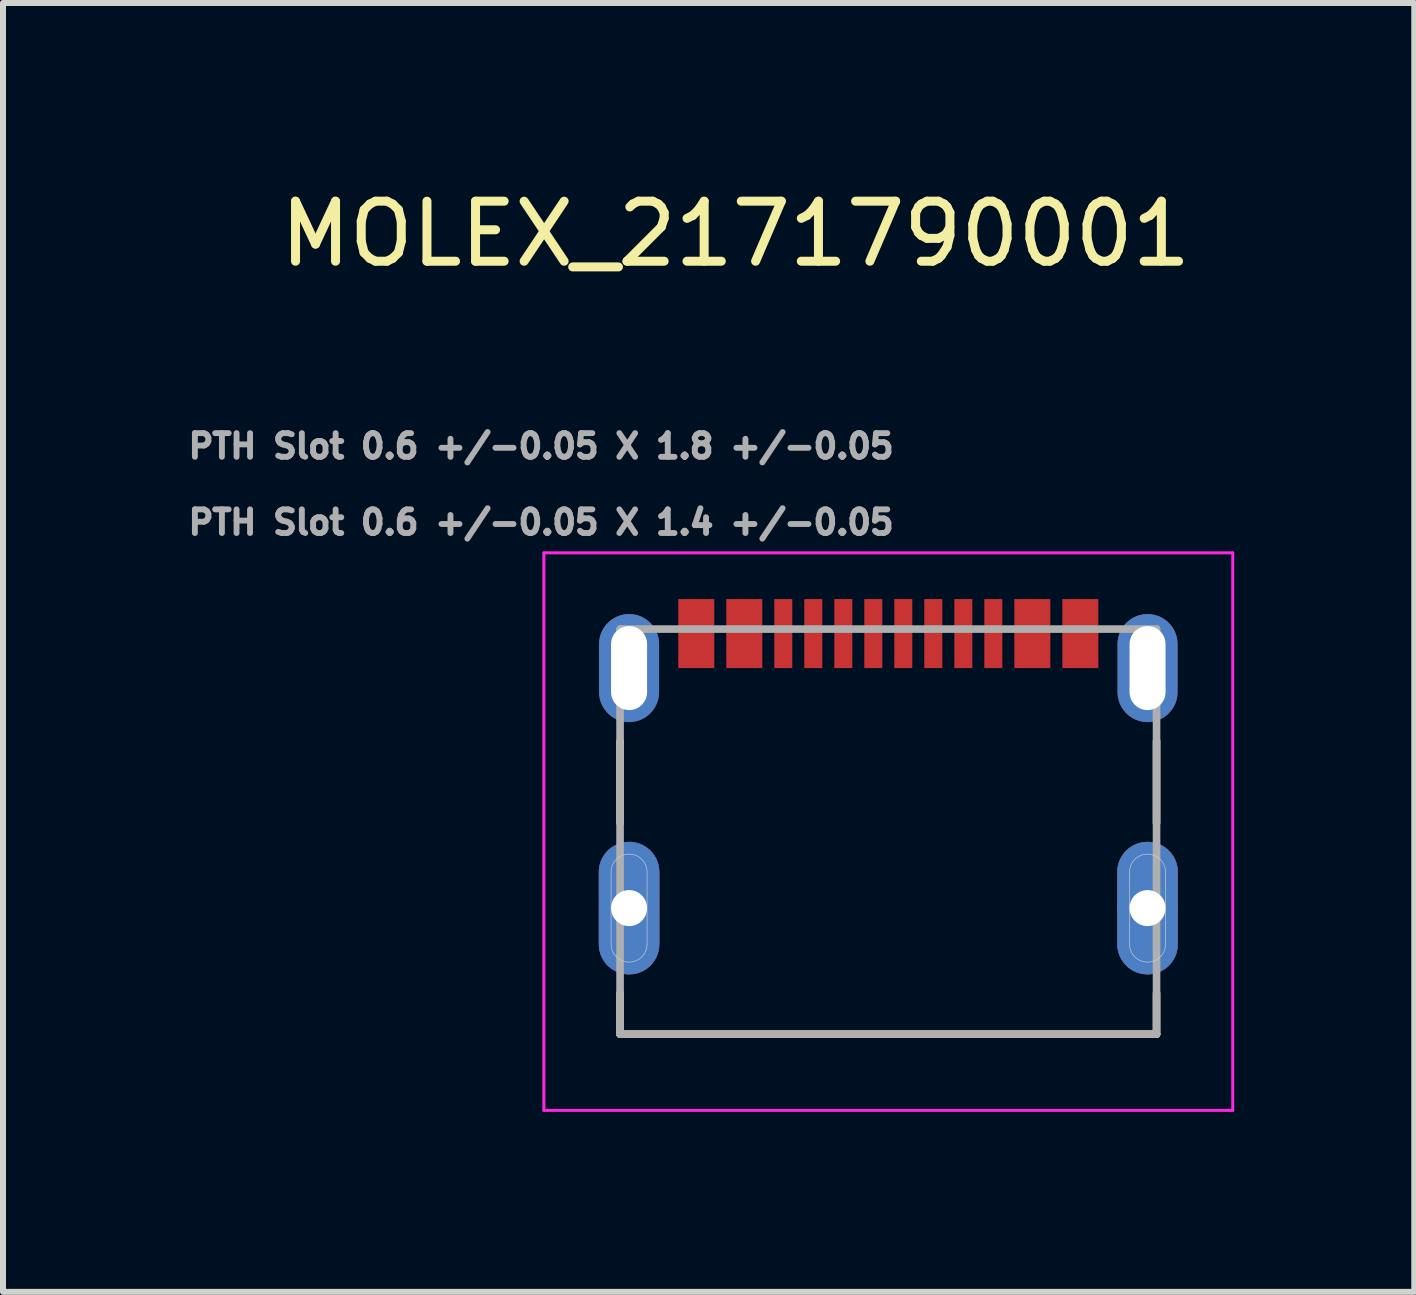
<source format=kicad_pcb>
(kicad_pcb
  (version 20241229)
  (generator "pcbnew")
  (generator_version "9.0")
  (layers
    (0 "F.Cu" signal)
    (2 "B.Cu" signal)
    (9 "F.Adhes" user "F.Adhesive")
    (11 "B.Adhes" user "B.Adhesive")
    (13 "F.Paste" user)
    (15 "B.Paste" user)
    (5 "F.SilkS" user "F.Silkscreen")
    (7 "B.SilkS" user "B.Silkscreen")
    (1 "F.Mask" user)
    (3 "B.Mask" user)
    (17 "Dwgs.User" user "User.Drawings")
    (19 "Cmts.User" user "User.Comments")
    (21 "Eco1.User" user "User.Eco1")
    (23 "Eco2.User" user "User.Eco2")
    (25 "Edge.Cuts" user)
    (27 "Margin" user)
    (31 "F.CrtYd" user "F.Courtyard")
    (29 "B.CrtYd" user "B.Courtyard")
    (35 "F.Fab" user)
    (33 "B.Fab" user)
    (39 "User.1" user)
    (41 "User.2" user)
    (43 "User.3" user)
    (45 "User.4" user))
  (footprint "MOLEX_2171790001"
    (layer "F.Cu")
    (at 11.753 10.808)
    (property "Reference" "MOLEX_2171790001" (at -2.545 -9.96 0) (layer "F.SilkS") (effects (font (size 1 1) (thickness 0.15))))
    (attr smd)
    (fp_poly (pts (xy -4.32 2.375) (xy -4.346 2.374) (xy -4.372 2.372) (xy -4.398 2.369) (xy -4.424 2.364) (xy -4.449 2.358) (xy -4.475 2.351) (xy -4.499 2.342) (xy -4.523 2.332) (xy -4.547 2.321) (xy -4.57 2.308) (xy -4.592 2.294) (xy -4.614 2.28) (xy -4.635 2.264) (xy -4.655 2.247) (xy -4.674 2.229) (xy -4.692 2.21) (xy -4.709 2.19) (xy -4.725 2.169) (xy -4.739 2.147) (xy -4.753 2.125) (xy -4.766 2.102) (xy -4.777 2.078) (xy -4.787 2.054) (xy -4.796 2.03) (xy -4.803 2.004) (xy -4.809 1.979) (xy -4.814 1.953) (xy -4.817 1.927) (xy -4.819 1.901) (xy -4.82 1.875) (xy -4.82 0.675) (xy -4.819 0.649) (xy -4.817 0.623) (xy -4.814 0.597) (xy -4.809 0.571) (xy -4.803 0.546) (xy -4.796 0.52) (xy -4.787 0.496) (xy -4.777 0.472) (xy -4.766 0.448) (xy -4.753 0.425) (xy -4.739 0.403) (xy -4.725 0.381) (xy -4.709 0.36) (xy -4.692 0.34) (xy -4.674 0.321) (xy -4.655 0.303) (xy -4.635 0.286) (xy -4.614 0.27) (xy -4.592 0.256) (xy -4.57 0.242) (xy -4.547 0.229) (xy -4.523 0.218) (xy -4.499 0.208) (xy -4.475 0.199) (xy -4.449 0.192) (xy -4.424 0.186) (xy -4.398 0.181) (xy -4.372 0.178) (xy -4.346 0.176) (xy -4.32 0.175) (xy -4.294 0.176) (xy -4.268 0.178) (xy -4.242 0.181) (xy -4.216 0.186) (xy -4.191 0.192) (xy -4.165 0.199) (xy -4.141 0.208) (xy -4.117 0.218) (xy -4.093 0.229) (xy -4.07 0.242) (xy -4.048 0.256) (xy -4.026 0.27) (xy -4.005 0.286) (xy -3.985 0.303) (xy -3.966 0.321) (xy -3.948 0.34) (xy -3.931 0.36) (xy -3.915 0.381) (xy -3.901 0.403) (xy -3.887 0.425) (xy -3.874 0.448) (xy -3.863 0.472) (xy -3.853 0.496) (xy -3.844 0.52) (xy -3.837 0.546) (xy -3.831 0.571) (xy -3.826 0.597) (xy -3.823 0.623) (xy -3.821 0.649) (xy -3.82 0.675) (xy -3.82 1.875) (xy -3.821 1.901) (xy -3.823 1.927) (xy -3.826 1.953) (xy -3.831 1.979) (xy -3.837 2.004) (xy -3.844 2.03) (xy -3.853 2.054) (xy -3.863 2.078) (xy -3.874 2.102) (xy -3.887 2.125) (xy -3.901 2.147) (xy -3.915 2.169) (xy -3.931 2.19) (xy -3.948 2.21) (xy -3.966 2.229) (xy -3.985 2.247) (xy -4.005 2.264) (xy -4.026 2.28) (xy -4.048 2.294) (xy -4.07 2.308) (xy -4.093 2.321) (xy -4.117 2.332) (xy -4.141 2.342) (xy -4.165 2.351) (xy -4.191 2.358) (xy -4.216 2.364) (xy -4.242 2.369) (xy -4.268 2.372) (xy -4.294 2.374) (xy -4.32 2.375)) (stroke (width 0.01) (type solid)) (fill yes) (layer "F.Cu"))
    (fp_poly (pts (xy 4.32 2.375) (xy 4.294 2.374) (xy 4.268 2.372) (xy 4.242 2.369) (xy 4.216 2.364) (xy 4.191 2.358) (xy 4.165 2.351) (xy 4.141 2.342) (xy 4.117 2.332) (xy 4.093 2.321) (xy 4.07 2.308) (xy 4.048 2.294) (xy 4.026 2.28) (xy 4.005 2.264) (xy 3.985 2.247) (xy 3.966 2.229) (xy 3.948 2.21) (xy 3.931 2.19) (xy 3.915 2.169) (xy 3.901 2.147) (xy 3.887 2.125) (xy 3.874 2.102) (xy 3.863 2.078) (xy 3.853 2.054) (xy 3.844 2.03) (xy 3.837 2.004) (xy 3.831 1.979) (xy 3.826 1.953) (xy 3.823 1.927) (xy 3.821 1.901) (xy 3.82 1.875) (xy 3.82 0.675) (xy 3.821 0.649) (xy 3.823 0.623) (xy 3.826 0.597) (xy 3.831 0.571) (xy 3.837 0.546) (xy 3.844 0.52) (xy 3.853 0.496) (xy 3.863 0.472) (xy 3.874 0.448) (xy 3.887 0.425) (xy 3.901 0.403) (xy 3.915 0.381) (xy 3.931 0.36) (xy 3.948 0.34) (xy 3.966 0.321) (xy 3.985 0.303) (xy 4.005 0.286) (xy 4.026 0.27) (xy 4.048 0.256) (xy 4.07 0.242) (xy 4.093 0.229) (xy 4.117 0.218) (xy 4.141 0.208) (xy 4.165 0.199) (xy 4.191 0.192) (xy 4.216 0.186) (xy 4.242 0.181) (xy 4.268 0.178) (xy 4.294 0.176) (xy 4.32 0.175) (xy 4.346 0.176) (xy 4.372 0.178) (xy 4.398 0.181) (xy 4.424 0.186) (xy 4.449 0.192) (xy 4.475 0.199) (xy 4.499 0.208) (xy 4.523 0.218) (xy 4.547 0.229) (xy 4.57 0.242) (xy 4.592 0.256) (xy 4.614 0.27) (xy 4.635 0.286) (xy 4.655 0.303) (xy 4.674 0.321) (xy 4.692 0.34) (xy 4.709 0.36) (xy 4.725 0.381) (xy 4.739 0.403) (xy 4.753 0.425) (xy 4.766 0.448) (xy 4.777 0.472) (xy 4.787 0.496) (xy 4.796 0.52) (xy 4.803 0.546) (xy 4.809 0.571) (xy 4.814 0.597) (xy 4.817 0.623) (xy 4.819 0.649) (xy 4.82 0.675) (xy 4.82 1.875) (xy 4.819 1.901) (xy 4.817 1.927) (xy 4.814 1.953) (xy 4.809 1.979) (xy 4.803 2.004) (xy 4.796 2.03) (xy 4.787 2.054) (xy 4.777 2.078) (xy 4.766 2.102) (xy 4.753 2.125) (xy 4.739 2.147) (xy 4.725 2.169) (xy 4.709 2.19) (xy 4.692 2.21) (xy 4.674 2.229) (xy 4.655 2.247) (xy 4.635 2.264) (xy 4.614 2.28) (xy 4.592 2.294) (xy 4.57 2.308) (xy 4.547 2.321) (xy 4.523 2.332) (xy 4.499 2.342) (xy 4.475 2.351) (xy 4.449 2.358) (xy 4.424 2.364) (xy 4.398 2.369) (xy 4.372 2.372) (xy 4.346 2.374) (xy 4.32 2.375)) (stroke (width 0.01) (type solid)) (fill yes) (layer "F.Cu"))
    (fp_poly (pts (xy -3.536 -3.911) (xy -2.864 -3.911) (xy -2.864 -2.689) (xy -3.536 -2.689)) (stroke (width 0.01) (type solid)) (fill yes) (layer "F.Mask"))
    (fp_poly (pts (xy -2.736 -3.911) (xy -2.064 -3.911) (xy -2.064 -2.689) (xy -2.736 -2.689)) (stroke (width 0.01) (type solid)) (fill yes) (layer "F.Mask"))
    (fp_poly (pts (xy -1.936 -3.911) (xy -1.564 -3.911) (xy -1.564 -2.689) (xy -1.936 -2.689)) (stroke (width 0.01) (type solid)) (fill yes) (layer "F.Mask"))
    (fp_poly (pts (xy -1.436 -3.911) (xy -1.064 -3.911) (xy -1.064 -2.689) (xy -1.436 -2.689)) (stroke (width 0.01) (type solid)) (fill yes) (layer "F.Mask"))
    (fp_poly (pts (xy -0.936 -3.911) (xy -0.564 -3.911) (xy -0.564 -2.689) (xy -0.936 -2.689)) (stroke (width 0.01) (type solid)) (fill yes) (layer "F.Mask"))
    (fp_poly (pts (xy -0.436 -3.911) (xy -0.064 -3.911) (xy -0.064 -2.689) (xy -0.436 -2.689)) (stroke (width 0.01) (type solid)) (fill yes) (layer "F.Mask"))
    (fp_poly (pts (xy 0.064 -3.911) (xy 0.436 -3.911) (xy 0.436 -2.689) (xy 0.064 -2.689)) (stroke (width 0.01) (type solid)) (fill yes) (layer "F.Mask"))
    (fp_poly (pts (xy 0.564 -3.911) (xy 0.936 -3.911) (xy 0.936 -2.689) (xy 0.564 -2.689)) (stroke (width 0.01) (type solid)) (fill yes) (layer "F.Mask"))
    (fp_poly (pts (xy 1.064 -3.911) (xy 1.436 -3.911) (xy 1.436 -2.689) (xy 1.064 -2.689)) (stroke (width 0.01) (type solid)) (fill yes) (layer "F.Mask"))
    (fp_poly (pts (xy 1.564 -3.911) (xy 1.936 -3.911) (xy 1.936 -2.689) (xy 1.564 -2.689)) (stroke (width 0.01) (type solid)) (fill yes) (layer "F.Mask"))
    (fp_poly (pts (xy 2.064 -3.911) (xy 2.736 -3.911) (xy 2.736 -2.689) (xy 2.064 -2.689)) (stroke (width 0.01) (type solid)) (fill yes) (layer "F.Mask"))
    (fp_poly (pts (xy 2.864 -3.911) (xy 3.536 -3.911) (xy 3.536 -2.689) (xy 2.864 -2.689)) (stroke (width 0.01) (type solid)) (fill yes) (layer "F.Mask"))
    (fp_poly (pts (xy -4.896 0.675) (xy -4.896 1.875) (xy -4.895 1.905) (xy -4.893 1.935) (xy -4.889 1.965) (xy -4.884 1.995) (xy -4.877 2.024) (xy -4.868 2.053) (xy -4.858 2.081) (xy -4.846 2.109) (xy -4.833 2.137) (xy -4.819 2.163) (xy -4.803 2.189) (xy -4.786 2.214) (xy -4.768 2.238) (xy -4.748 2.261) (xy -4.727 2.282) (xy -4.706 2.303) (xy -4.683 2.323) (xy -4.659 2.341) (xy -4.634 2.358) (xy -4.608 2.374) (xy -4.582 2.388) (xy -4.554 2.401) (xy -4.526 2.413) (xy -4.498 2.423) (xy -4.469 2.432) (xy -4.44 2.439) (xy -4.41 2.444) (xy -4.38 2.448) (xy -4.35 2.45) (xy -4.32 2.451) (xy -4.29 2.45) (xy -4.26 2.448) (xy -4.23 2.444) (xy -4.2 2.439) (xy -4.171 2.432) (xy -4.142 2.423) (xy -4.114 2.413) (xy -4.086 2.401) (xy -4.058 2.388) (xy -4.032 2.374) (xy -4.006 2.358) (xy -3.981 2.341) (xy -3.957 2.323) (xy -3.934 2.303) (xy -3.913 2.282) (xy -3.892 2.261) (xy -3.872 2.238) (xy -3.854 2.214) (xy -3.837 2.189) (xy -3.821 2.163) (xy -3.807 2.137) (xy -3.794 2.109) (xy -3.782 2.081) (xy -3.772 2.053) (xy -3.763 2.024) (xy -3.756 1.995) (xy -3.751 1.965) (xy -3.747 1.935) (xy -3.745 1.905) (xy -3.744 1.875) (xy -3.744 0.675) (xy -3.745 0.645) (xy -3.747 0.615) (xy -3.751 0.585) (xy -3.756 0.555) (xy -3.763 0.526) (xy -3.772 0.497) (xy -3.782 0.469) (xy -3.794 0.441) (xy -3.807 0.413) (xy -3.821 0.387) (xy -3.837 0.361) (xy -3.854 0.336) (xy -3.872 0.312) (xy -3.892 0.289) (xy -3.913 0.268) (xy -3.934 0.247) (xy -3.957 0.227) (xy -3.981 0.209) (xy -4.006 0.192) (xy -4.032 0.176) (xy -4.058 0.162) (xy -4.086 0.149) (xy -4.114 0.137) (xy -4.142 0.127) (xy -4.171 0.118) (xy -4.2 0.111) (xy -4.23 0.106) (xy -4.26 0.102) (xy -4.29 0.1) (xy -4.32 0.099) (xy -4.35 0.1) (xy -4.38 0.102) (xy -4.41 0.106) (xy -4.44 0.111) (xy -4.469 0.118) (xy -4.498 0.127) (xy -4.526 0.137) (xy -4.554 0.149) (xy -4.582 0.162) (xy -4.608 0.176) (xy -4.634 0.192) (xy -4.659 0.209) (xy -4.683 0.227) (xy -4.706 0.247) (xy -4.727 0.268) (xy -4.748 0.289) (xy -4.768 0.312) (xy -4.786 0.336) (xy -4.803 0.361) (xy -4.819 0.387) (xy -4.833 0.413) (xy -4.846 0.441) (xy -4.858 0.469) (xy -4.868 0.497) (xy -4.877 0.526) (xy -4.884 0.555) (xy -4.889 0.585) (xy -4.893 0.615) (xy -4.895 0.645) (xy -4.896 0.675) (xy -4.896 0.675)) (stroke (width 0.01) (type solid)) (fill yes) (layer "F.Mask"))
    (fp_poly (pts (xy 3.744 0.675) (xy 3.744 1.875) (xy 3.745 1.905) (xy 3.747 1.935) (xy 3.751 1.965) (xy 3.756 1.995) (xy 3.763 2.024) (xy 3.772 2.053) (xy 3.782 2.081) (xy 3.794 2.109) (xy 3.807 2.137) (xy 3.821 2.163) (xy 3.837 2.189) (xy 3.854 2.214) (xy 3.872 2.238) (xy 3.892 2.261) (xy 3.913 2.282) (xy 3.934 2.303) (xy 3.957 2.323) (xy 3.981 2.341) (xy 4.006 2.358) (xy 4.032 2.374) (xy 4.058 2.388) (xy 4.086 2.401) (xy 4.114 2.413) (xy 4.142 2.423) (xy 4.171 2.432) (xy 4.2 2.439) (xy 4.23 2.444) (xy 4.26 2.448) (xy 4.29 2.45) (xy 4.32 2.451) (xy 4.35 2.45) (xy 4.38 2.448) (xy 4.41 2.444) (xy 4.44 2.439) (xy 4.469 2.432) (xy 4.498 2.423) (xy 4.526 2.413) (xy 4.554 2.401) (xy 4.582 2.388) (xy 4.608 2.374) (xy 4.634 2.358) (xy 4.659 2.341) (xy 4.683 2.323) (xy 4.706 2.303) (xy 4.727 2.282) (xy 4.748 2.261) (xy 4.768 2.238) (xy 4.786 2.214) (xy 4.803 2.189) (xy 4.819 2.163) (xy 4.833 2.137) (xy 4.846 2.109) (xy 4.858 2.081) (xy 4.868 2.053) (xy 4.877 2.024) (xy 4.884 1.995) (xy 4.889 1.965) (xy 4.893 1.935) (xy 4.895 1.905) (xy 4.896 1.875) (xy 4.896 0.675) (xy 4.895 0.645) (xy 4.893 0.615) (xy 4.889 0.585) (xy 4.884 0.555) (xy 4.877 0.526) (xy 4.868 0.497) (xy 4.858 0.469) (xy 4.846 0.441) (xy 4.833 0.413) (xy 4.819 0.387) (xy 4.803 0.361) (xy 4.786 0.336) (xy 4.768 0.312) (xy 4.748 0.289) (xy 4.727 0.268) (xy 4.706 0.247) (xy 4.683 0.227) (xy 4.659 0.209) (xy 4.634 0.192) (xy 4.608 0.176) (xy 4.582 0.162) (xy 4.554 0.149) (xy 4.526 0.137) (xy 4.498 0.127) (xy 4.469 0.118) (xy 4.44 0.111) (xy 4.41 0.106) (xy 4.38 0.102) (xy 4.35 0.1) (xy 4.32 0.099) (xy 4.29 0.1) (xy 4.26 0.102) (xy 4.23 0.106) (xy 4.2 0.111) (xy 4.171 0.118) (xy 4.142 0.127) (xy 4.114 0.137) (xy 4.086 0.149) (xy 4.058 0.162) (xy 4.032 0.176) (xy 4.006 0.192) (xy 3.981 0.209) (xy 3.957 0.227) (xy 3.934 0.247) (xy 3.913 0.268) (xy 3.892 0.289) (xy 3.872 0.312) (xy 3.854 0.336) (xy 3.837 0.361) (xy 3.821 0.387) (xy 3.807 0.413) (xy 3.794 0.441) (xy 3.782 0.469) (xy 3.772 0.497) (xy 3.763 0.526) (xy 3.756 0.555) (xy 3.751 0.585) (xy 3.747 0.615) (xy 3.745 0.645) (xy 3.744 0.675) (xy 3.744 0.675)) (stroke (width 0.01) (type solid)) (fill yes) (layer "F.Mask"))
    (fp_poly (pts (xy -4.32 2.375) (xy -4.346 2.374) (xy -4.372 2.372) (xy -4.398 2.369) (xy -4.424 2.364) (xy -4.449 2.358) (xy -4.475 2.351) (xy -4.499 2.342) (xy -4.523 2.332) (xy -4.547 2.321) (xy -4.57 2.308) (xy -4.592 2.294) (xy -4.614 2.28) (xy -4.635 2.264) (xy -4.655 2.247) (xy -4.674 2.229) (xy -4.692 2.21) (xy -4.709 2.19) (xy -4.725 2.169) (xy -4.739 2.147) (xy -4.753 2.125) (xy -4.766 2.102) (xy -4.777 2.078) (xy -4.787 2.054) (xy -4.796 2.03) (xy -4.803 2.004) (xy -4.809 1.979) (xy -4.814 1.953) (xy -4.817 1.927) (xy -4.819 1.901) (xy -4.82 1.875) (xy -4.82 0.675) (xy -4.819 0.649) (xy -4.817 0.623) (xy -4.814 0.597) (xy -4.809 0.571) (xy -4.803 0.546) (xy -4.796 0.52) (xy -4.787 0.496) (xy -4.777 0.472) (xy -4.766 0.448) (xy -4.753 0.425) (xy -4.739 0.403) (xy -4.725 0.381) (xy -4.709 0.36) (xy -4.692 0.34) (xy -4.674 0.321) (xy -4.655 0.303) (xy -4.635 0.286) (xy -4.614 0.27) (xy -4.592 0.256) (xy -4.57 0.242) (xy -4.547 0.229) (xy -4.523 0.218) (xy -4.499 0.208) (xy -4.475 0.199) (xy -4.449 0.192) (xy -4.424 0.186) (xy -4.398 0.181) (xy -4.372 0.178) (xy -4.346 0.176) (xy -4.32 0.175) (xy -4.294 0.176) (xy -4.268 0.178) (xy -4.242 0.181) (xy -4.216 0.186) (xy -4.191 0.192) (xy -4.165 0.199) (xy -4.141 0.208) (xy -4.117 0.218) (xy -4.093 0.229) (xy -4.07 0.242) (xy -4.048 0.256) (xy -4.026 0.27) (xy -4.005 0.286) (xy -3.985 0.303) (xy -3.966 0.321) (xy -3.948 0.34) (xy -3.931 0.36) (xy -3.915 0.381) (xy -3.901 0.403) (xy -3.887 0.425) (xy -3.874 0.448) (xy -3.863 0.472) (xy -3.853 0.496) (xy -3.844 0.52) (xy -3.837 0.546) (xy -3.831 0.571) (xy -3.826 0.597) (xy -3.823 0.623) (xy -3.821 0.649) (xy -3.82 0.675) (xy -3.82 1.875) (xy -3.821 1.901) (xy -3.823 1.927) (xy -3.826 1.953) (xy -3.831 1.979) (xy -3.837 2.004) (xy -3.844 2.03) (xy -3.853 2.054) (xy -3.863 2.078) (xy -3.874 2.102) (xy -3.887 2.125) (xy -3.901 2.147) (xy -3.915 2.169) (xy -3.931 2.19) (xy -3.948 2.21) (xy -3.966 2.229) (xy -3.985 2.247) (xy -4.005 2.264) (xy -4.026 2.28) (xy -4.048 2.294) (xy -4.07 2.308) (xy -4.093 2.321) (xy -4.117 2.332) (xy -4.141 2.342) (xy -4.165 2.351) (xy -4.191 2.358) (xy -4.216 2.364) (xy -4.242 2.369) (xy -4.268 2.372) (xy -4.294 2.374) (xy -4.32 2.375)) (stroke (width 0.01) (type solid)) (fill yes) (layer "B.Cu"))
    (fp_poly (pts (xy 4.32 2.375) (xy 4.294 2.374) (xy 4.268 2.372) (xy 4.242 2.369) (xy 4.216 2.364) (xy 4.191 2.358) (xy 4.165 2.351) (xy 4.141 2.342) (xy 4.117 2.332) (xy 4.093 2.321) (xy 4.07 2.308) (xy 4.048 2.294) (xy 4.026 2.28) (xy 4.005 2.264) (xy 3.985 2.247) (xy 3.966 2.229) (xy 3.948 2.21) (xy 3.931 2.19) (xy 3.915 2.169) (xy 3.901 2.147) (xy 3.887 2.125) (xy 3.874 2.102) (xy 3.863 2.078) (xy 3.853 2.054) (xy 3.844 2.03) (xy 3.837 2.004) (xy 3.831 1.979) (xy 3.826 1.953) (xy 3.823 1.927) (xy 3.821 1.901) (xy 3.82 1.875) (xy 3.82 0.675) (xy 3.821 0.649) (xy 3.823 0.623) (xy 3.826 0.597) (xy 3.831 0.571) (xy 3.837 0.546) (xy 3.844 0.52) (xy 3.853 0.496) (xy 3.863 0.472) (xy 3.874 0.448) (xy 3.887 0.425) (xy 3.901 0.403) (xy 3.915 0.381) (xy 3.931 0.36) (xy 3.948 0.34) (xy 3.966 0.321) (xy 3.985 0.303) (xy 4.005 0.286) (xy 4.026 0.27) (xy 4.048 0.256) (xy 4.07 0.242) (xy 4.093 0.229) (xy 4.117 0.218) (xy 4.141 0.208) (xy 4.165 0.199) (xy 4.191 0.192) (xy 4.216 0.186) (xy 4.242 0.181) (xy 4.268 0.178) (xy 4.294 0.176) (xy 4.32 0.175) (xy 4.346 0.176) (xy 4.372 0.178) (xy 4.398 0.181) (xy 4.424 0.186) (xy 4.449 0.192) (xy 4.475 0.199) (xy 4.499 0.208) (xy 4.523 0.218) (xy 4.547 0.229) (xy 4.57 0.242) (xy 4.592 0.256) (xy 4.614 0.27) (xy 4.635 0.286) (xy 4.655 0.303) (xy 4.674 0.321) (xy 4.692 0.34) (xy 4.709 0.36) (xy 4.725 0.381) (xy 4.739 0.403) (xy 4.753 0.425) (xy 4.766 0.448) (xy 4.777 0.472) (xy 4.787 0.496) (xy 4.796 0.52) (xy 4.803 0.546) (xy 4.809 0.571) (xy 4.814 0.597) (xy 4.817 0.623) (xy 4.819 0.649) (xy 4.82 0.675) (xy 4.82 1.875) (xy 4.819 1.901) (xy 4.817 1.927) (xy 4.814 1.953) (xy 4.809 1.979) (xy 4.803 2.004) (xy 4.796 2.03) (xy 4.787 2.054) (xy 4.777 2.078) (xy 4.766 2.102) (xy 4.753 2.125) (xy 4.739 2.147) (xy 4.725 2.169) (xy 4.709 2.19) (xy 4.692 2.21) (xy 4.674 2.229) (xy 4.655 2.247) (xy 4.635 2.264) (xy 4.614 2.28) (xy 4.592 2.294) (xy 4.57 2.308) (xy 4.547 2.321) (xy 4.523 2.332) (xy 4.499 2.342) (xy 4.475 2.351) (xy 4.449 2.358) (xy 4.424 2.364) (xy 4.398 2.369) (xy 4.372 2.372) (xy 4.346 2.374) (xy 4.32 2.375)) (stroke (width 0.01) (type solid)) (fill yes) (layer "B.Cu"))
    (fp_poly (pts (xy -4.896 0.675) (xy -4.896 1.875) (xy -4.895 1.905) (xy -4.893 1.935) (xy -4.889 1.965) (xy -4.884 1.995) (xy -4.877 2.024) (xy -4.868 2.053) (xy -4.858 2.081) (xy -4.846 2.109) (xy -4.833 2.137) (xy -4.819 2.163) (xy -4.803 2.189) (xy -4.786 2.214) (xy -4.768 2.238) (xy -4.748 2.261) (xy -4.727 2.282) (xy -4.706 2.303) (xy -4.683 2.323) (xy -4.659 2.341) (xy -4.634 2.358) (xy -4.608 2.374) (xy -4.582 2.388) (xy -4.554 2.401) (xy -4.526 2.413) (xy -4.498 2.423) (xy -4.469 2.432) (xy -4.44 2.439) (xy -4.41 2.444) (xy -4.38 2.448) (xy -4.35 2.45) (xy -4.32 2.451) (xy -4.29 2.45) (xy -4.26 2.448) (xy -4.23 2.444) (xy -4.2 2.439) (xy -4.171 2.432) (xy -4.142 2.423) (xy -4.114 2.413) (xy -4.086 2.401) (xy -4.058 2.388) (xy -4.032 2.374) (xy -4.006 2.358) (xy -3.981 2.341) (xy -3.957 2.323) (xy -3.934 2.303) (xy -3.913 2.282) (xy -3.892 2.261) (xy -3.872 2.238) (xy -3.854 2.214) (xy -3.837 2.189) (xy -3.821 2.163) (xy -3.807 2.137) (xy -3.794 2.109) (xy -3.782 2.081) (xy -3.772 2.053) (xy -3.763 2.024) (xy -3.756 1.995) (xy -3.751 1.965) (xy -3.747 1.935) (xy -3.745 1.905) (xy -3.744 1.875) (xy -3.744 0.675) (xy -3.745 0.645) (xy -3.747 0.615) (xy -3.751 0.585) (xy -3.756 0.555) (xy -3.763 0.526) (xy -3.772 0.497) (xy -3.782 0.469) (xy -3.794 0.441) (xy -3.807 0.413) (xy -3.821 0.387) (xy -3.837 0.361) (xy -3.854 0.336) (xy -3.872 0.312) (xy -3.892 0.289) (xy -3.913 0.268) (xy -3.934 0.247) (xy -3.957 0.227) (xy -3.981 0.209) (xy -4.006 0.192) (xy -4.032 0.176) (xy -4.058 0.162) (xy -4.086 0.149) (xy -4.114 0.137) (xy -4.142 0.127) (xy -4.171 0.118) (xy -4.2 0.111) (xy -4.23 0.106) (xy -4.26 0.102) (xy -4.29 0.1) (xy -4.32 0.099) (xy -4.35 0.1) (xy -4.38 0.102) (xy -4.41 0.106) (xy -4.44 0.111) (xy -4.469 0.118) (xy -4.498 0.127) (xy -4.526 0.137) (xy -4.554 0.149) (xy -4.582 0.162) (xy -4.608 0.176) (xy -4.634 0.192) (xy -4.659 0.209) (xy -4.683 0.227) (xy -4.706 0.247) (xy -4.727 0.268) (xy -4.748 0.289) (xy -4.768 0.312) (xy -4.786 0.336) (xy -4.803 0.361) (xy -4.819 0.387) (xy -4.833 0.413) (xy -4.846 0.441) (xy -4.858 0.469) (xy -4.868 0.497) (xy -4.877 0.526) (xy -4.884 0.555) (xy -4.889 0.585) (xy -4.893 0.615) (xy -4.895 0.645) (xy -4.896 0.675) (xy -4.896 0.675)) (stroke (width 0.01) (type solid)) (fill yes) (layer "B.Mask"))
    (fp_poly (pts (xy 3.744 0.675) (xy 3.744 1.875) (xy 3.745 1.905) (xy 3.747 1.935) (xy 3.751 1.965) (xy 3.756 1.995) (xy 3.763 2.024) (xy 3.772 2.053) (xy 3.782 2.081) (xy 3.794 2.109) (xy 3.807 2.137) (xy 3.821 2.163) (xy 3.837 2.189) (xy 3.854 2.214) (xy 3.872 2.238) (xy 3.892 2.261) (xy 3.913 2.282) (xy 3.934 2.303) (xy 3.957 2.323) (xy 3.981 2.341) (xy 4.006 2.358) (xy 4.032 2.374) (xy 4.058 2.388) (xy 4.086 2.401) (xy 4.114 2.413) (xy 4.142 2.423) (xy 4.171 2.432) (xy 4.2 2.439) (xy 4.23 2.444) (xy 4.26 2.448) (xy 4.29 2.45) (xy 4.32 2.451) (xy 4.35 2.45) (xy 4.38 2.448) (xy 4.41 2.444) (xy 4.44 2.439) (xy 4.469 2.432) (xy 4.498 2.423) (xy 4.526 2.413) (xy 4.554 2.401) (xy 4.582 2.388) (xy 4.608 2.374) (xy 4.634 2.358) (xy 4.659 2.341) (xy 4.683 2.323) (xy 4.706 2.303) (xy 4.727 2.282) (xy 4.748 2.261) (xy 4.768 2.238) (xy 4.786 2.214) (xy 4.803 2.189) (xy 4.819 2.163) (xy 4.833 2.137) (xy 4.846 2.109) (xy 4.858 2.081) (xy 4.868 2.053) (xy 4.877 2.024) (xy 4.884 1.995) (xy 4.889 1.965) (xy 4.893 1.935) (xy 4.895 1.905) (xy 4.896 1.875) (xy 4.896 0.675) (xy 4.895 0.645) (xy 4.893 0.615) (xy 4.889 0.585) (xy 4.884 0.555) (xy 4.877 0.526) (xy 4.868 0.497) (xy 4.858 0.469) (xy 4.846 0.441) (xy 4.833 0.413) (xy 4.819 0.387) (xy 4.803 0.361) (xy 4.786 0.336) (xy 4.768 0.312) (xy 4.748 0.289) (xy 4.727 0.268) (xy 4.706 0.247) (xy 4.683 0.227) (xy 4.659 0.209) (xy 4.634 0.192) (xy 4.608 0.176) (xy 4.582 0.162) (xy 4.554 0.149) (xy 4.526 0.137) (xy 4.498 0.127) (xy 4.469 0.118) (xy 4.44 0.111) (xy 4.41 0.106) (xy 4.38 0.102) (xy 4.35 0.1) (xy 4.32 0.099) (xy 4.29 0.1) (xy 4.26 0.102) (xy 4.23 0.106) (xy 4.2 0.111) (xy 4.171 0.118) (xy 4.142 0.127) (xy 4.114 0.137) (xy 4.086 0.149) (xy 4.058 0.162) (xy 4.032 0.176) (xy 4.006 0.192) (xy 3.981 0.209) (xy 3.957 0.227) (xy 3.934 0.247) (xy 3.913 0.268) (xy 3.892 0.289) (xy 3.872 0.312) (xy 3.854 0.336) (xy 3.837 0.361) (xy 3.821 0.387) (xy 3.807 0.413) (xy 3.794 0.441) (xy 3.782 0.469) (xy 3.772 0.497) (xy 3.763 0.526) (xy 3.756 0.555) (xy 3.751 0.585) (xy 3.747 0.615) (xy 3.745 0.645) (xy 3.744 0.675) (xy 3.744 0.675)) (stroke (width 0.01) (type solid)) (fill yes) (layer "B.Mask"))
    (fp_line (start -4.47 -0.145) (end -4.47 -1.505) (stroke (width 0.127) (type solid)) (layer "F.SilkS"))
    (fp_line (start -4.47 3.375) (end -4.47 2.695) (stroke (width 0.127) (type solid)) (layer "F.SilkS"))
    (fp_line (start 4.47 -1.505) (end 4.47 -0.145) (stroke (width 0.127) (type solid)) (layer "F.SilkS"))
    (fp_line (start 4.47 2.695) (end 4.47 3.375) (stroke (width 0.127) (type solid)) (layer "F.SilkS"))
    (fp_line (start 4.47 3.375) (end -4.47 3.375) (stroke (width 0.127) (type solid)) (layer "F.SilkS"))
    (fp_line (start -4.62 1.275) (end -4.62 0.675) (stroke (width 0.01) (type solid)) (layer "Edge.Cuts"))
    (fp_line (start -4.62 1.875) (end -4.62 1.28) (stroke (width 0.01) (type solid)) (layer "Edge.Cuts"))
    (fp_line (start -4.02 0.675) (end -4.02 1.875) (stroke (width 0.01) (type solid)) (layer "Edge.Cuts"))
    (fp_line (start 4.02 1.275) (end 4.02 0.675) (stroke (width 0.01) (type solid)) (layer "Edge.Cuts"))
    (fp_line (start 4.02 1.875) (end 4.02 1.28) (stroke (width 0.01) (type solid)) (layer "Edge.Cuts"))
    (fp_line (start 4.62 0.675) (end 4.62 1.875) (stroke (width 0.01) (type solid)) (layer "Edge.Cuts"))
    (fp_arc (start -4.62 0.675) (mid -4.532132 0.462868) (end -4.32 0.375) (stroke (width 0.01) (type solid)) (layer "Edge.Cuts"))
    (fp_arc (start -4.32 0.375) (mid -4.107868 0.462868) (end -4.02 0.675) (stroke (width 0.01) (type solid)) (layer "Edge.Cuts"))
    (fp_arc (start -4.32 2.175) (mid -4.532132 2.087132) (end -4.62 1.875) (stroke (width 0.01) (type solid)) (layer "Edge.Cuts"))
    (fp_arc (start -4.02 1.875) (mid -4.107868 2.087132) (end -4.32 2.175) (stroke (width 0.01) (type solid)) (layer "Edge.Cuts"))
    (fp_arc (start 4.02 0.675) (mid 4.107868 0.462868) (end 4.32 0.375) (stroke (width 0.01) (type solid)) (layer "Edge.Cuts"))
    (fp_arc (start 4.32 0.375) (mid 4.532132 0.462868) (end 4.62 0.675) (stroke (width 0.01) (type solid)) (layer "Edge.Cuts"))
    (fp_arc (start 4.32 2.175) (mid 4.107868 2.087132) (end 4.02 1.875) (stroke (width 0.01) (type solid)) (layer "Edge.Cuts"))
    (fp_arc (start 4.62 1.875) (mid 4.532132 2.087132) (end 4.32 2.175) (stroke (width 0.01) (type solid)) (layer "Edge.Cuts"))
    (fp_line (start -5.74 -4.645) (end 5.74 -4.645) (stroke (width 0.05) (type solid)) (layer "F.CrtYd"))
    (fp_line (start -5.74 4.645) (end -5.74 -4.645) (stroke (width 0.05) (type solid)) (layer "F.CrtYd"))
    (fp_line (start 5.74 -4.645) (end 5.74 4.645) (stroke (width 0.05) (type solid)) (layer "F.CrtYd"))
    (fp_line (start 5.74 4.645) (end -5.74 4.645) (stroke (width 0.05) (type solid)) (layer "F.CrtYd"))
    (fp_line (start -4.47 -3.375) (end 4.47 -3.375) (stroke (width 0.127) (type solid)) (layer "F.Fab"))
    (fp_line (start -4.47 3.375) (end -4.47 -3.375) (stroke (width 0.127) (type solid)) (layer "F.Fab"))
    (fp_line (start 4.47 -3.375) (end 4.47 3.375) (stroke (width 0.127) (type solid)) (layer "F.Fab"))
    (fp_line (start 4.47 3.375) (end -4.47 3.375) (stroke (width 0.127) (type solid)) (layer "F.Fab"))
    (fp_text user "PTH Slot 0.6 +/-0.05 X 1.8 +/-0.05" (at -5.786 -6.423 0) (layer "F.Fab") (effects (font (size 0.394 0.394) (thickness 0.098))))
    (fp_text user "PTH Slot 0.6 +/-0.05 X 1.4 +/-0.05" (at -5.786 -5.153 0) (layer "F.Fab") (effects (font (size 0.394 0.394) (thickness 0.098))))
    (pad "1" smd rect (at -2.4 -3.3) (size 0.6 1.15) (layers "F.Cu" "F.Paste"))
    (pad "1" smd rect (at 2.4 -3.3) (size 0.6 1.15) (layers "F.Cu" "F.Paste"))
    (pad "2" smd rect (at 1.25 -3.3) (size 0.3 1.15) (layers "F.Cu" "F.Paste"))
    (pad "3" smd rect (at -1.75 -3.3) (size 0.3 1.15) (layers "F.Cu" "F.Paste"))
    (pad "4" smd rect (at -0.25 -3.3) (size 0.3 1.15) (layers "F.Cu" "F.Paste"))
    (pad "5" smd rect (at 0.75 -3.3) (size 0.3 1.15) (layers "F.Cu" "F.Paste"))
    (pad "6" smd rect (at 0.25 -3.3) (size 0.3 1.15) (layers "F.Cu" "F.Paste"))
    (pad "7" smd rect (at -0.75 -3.3) (size 0.3 1.15) (layers "F.Cu" "F.Paste"))
    (pad "8" smd rect (at -1.25 -3.3) (size 0.3 1.15) (layers "F.Cu" "F.Paste"))
    (pad "9" smd rect (at 1.75 -3.3) (size 0.3 1.15) (layers "F.Cu" "F.Paste"))
    (pad "10" smd rect (at -3.2 -3.3) (size 0.6 1.15) (layers "F.Cu" "F.Paste"))
    (pad "10" smd rect (at 3.2 -3.3) (size 0.6 1.15) (layers "F.Cu" "F.Paste"))
    (pad "S1" thru_hole circle (at -4.32 1.275) (size 1 1) (drill 0.6) (layers "*.Cu"))
    (pad "S2" thru_hole circle (at 4.32 1.275) (size 1 1) (drill 0.6) (layers "*.Cu"))
    (pad "S3" thru_hole oval (at -4.32 -2.725) (size 1 1.8) (drill oval 0.6 1.4) (layers "*.Cu" "*.Mask"))
    (pad "S4" thru_hole oval (at 4.32 -2.725) (size 1 1.8) (drill oval 0.6 1.4) (layers "*.Cu" "*.Mask")))
  (gr_rect
    (start -3 -3)
    (end 20.518 18.478)
    (stroke (width 0.1) (type default))
    (fill no)
    (layer "Edge.Cuts")))
</source>
